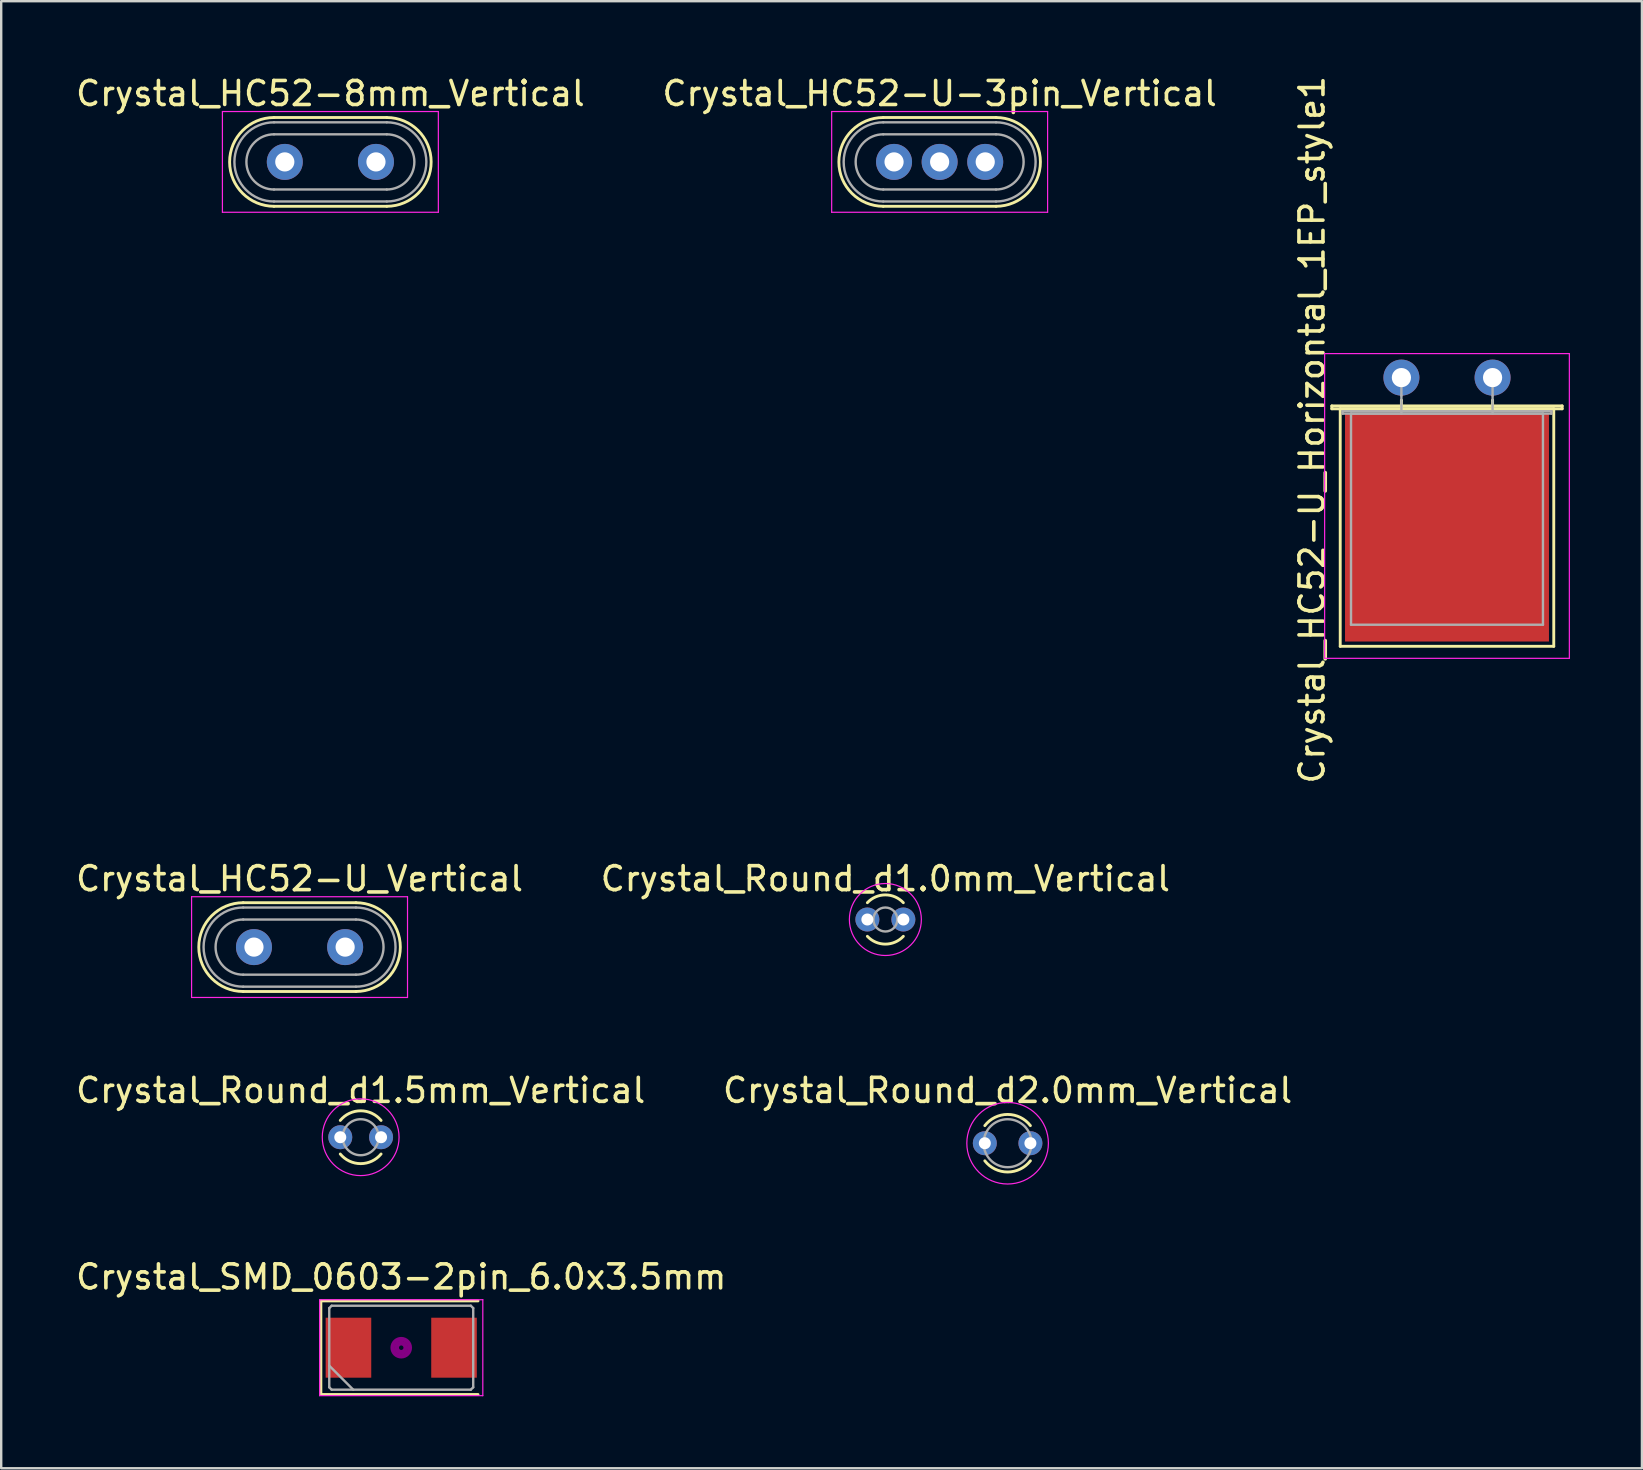
<source format=kicad_pcb>
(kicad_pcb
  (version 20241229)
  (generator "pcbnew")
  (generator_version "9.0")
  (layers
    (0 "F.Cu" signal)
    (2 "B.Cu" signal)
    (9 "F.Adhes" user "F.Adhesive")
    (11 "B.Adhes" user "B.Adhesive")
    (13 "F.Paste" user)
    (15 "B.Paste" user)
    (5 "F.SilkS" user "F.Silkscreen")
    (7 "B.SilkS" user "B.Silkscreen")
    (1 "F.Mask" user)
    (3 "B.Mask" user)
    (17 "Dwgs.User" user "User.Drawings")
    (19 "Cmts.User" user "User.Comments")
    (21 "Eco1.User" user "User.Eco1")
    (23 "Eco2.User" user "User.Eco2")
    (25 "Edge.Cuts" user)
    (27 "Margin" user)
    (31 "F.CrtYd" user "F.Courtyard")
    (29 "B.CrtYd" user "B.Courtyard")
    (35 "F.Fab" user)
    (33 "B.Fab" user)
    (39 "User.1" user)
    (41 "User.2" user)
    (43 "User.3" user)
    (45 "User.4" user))
  (footprint "Crystal_Round_d1.0mm_Vertical"
    (layer "F.Cu")
    (at 33.101 35.274)
    (property "Reference" "Crystal_Round_d1.0mm_Vertical" (at 0.75 -1.7 0) (layer "F.SilkS") (effects (font (size 1 1) (thickness 0.15))))
    (attr through_hole)
    (fp_arc (start 0 -0.7) (mid 0.749553 -1.025914) (end 1.49939 -0.700653) (stroke (width 0.12) (type solid)) (layer "F.SilkS"))
    (fp_arc (start 1.49939 0.700653) (mid 0.749553 1.025914) (end 0 0.7) (stroke (width 0.12) (type solid)) (layer "F.SilkS"))
    (fp_circle (center 0.75 0) (end 2.25 0) (stroke (width 0.05) (type solid)) (fill no) (layer "F.CrtYd"))
    (fp_circle (center 0.75 0) (end 1.25 0) (stroke (width 0.1) (type solid)) (fill no) (layer "F.Fab"))
    (pad "1" thru_hole circle (at 0 0) (size 1 1) (drill 0.5) (layers "*.Cu" "*.Mask"))
    (pad "2" thru_hole circle (at 1.5 0) (size 1 1) (drill 0.5) (layers "*.Cu" "*.Mask")))
  (footprint "Crystal_Round_d1.5mm_Vertical"
    (layer "F.Cu")
    (at 11.132 44.348)
    (property "Reference" "Crystal_Round_d1.5mm_Vertical" (at 0.85 -1.95 0) (layer "F.SilkS") (effects (font (size 1 1) (thickness 0.15))))
    (attr through_hole)
    (fp_arc (start 0 -0.7) (mid 0.850432 -1.101136) (end 1.700549 -0.699333) (stroke (width 0.12) (type solid)) (layer "F.SilkS"))
    (fp_arc (start 1.700549 0.699333) (mid 0.850432 1.101136) (end 0 0.7) (stroke (width 0.12) (type solid)) (layer "F.SilkS"))
    (fp_circle (center 0.85 0) (end 2.45 0) (stroke (width 0.05) (type solid)) (fill no) (layer "F.CrtYd"))
    (fp_circle (center 0.85 0) (end 1.6 0) (stroke (width 0.1) (type solid)) (fill no) (layer "F.Fab"))
    (pad "1" thru_hole circle (at 0 0) (size 1 1) (drill 0.5) (layers "*.Cu" "*.Mask"))
    (pad "2" thru_hole circle (at 1.7 0) (size 1 1) (drill 0.5) (layers "*.Cu" "*.Mask")))
  (footprint "Crystal_HC52-U_Vertical"
    (layer "F.Cu")
    (at 7.535 36.424)
    (property "Reference" "Crystal_HC52-U_Vertical" (at 1.9 -2.85 0) (layer "F.SilkS") (effects (font (size 1 1) (thickness 0.15))))
    (attr through_hole)
    (fp_line (start -0.45 -1.85) (end 4.25 -1.85) (stroke (width 0.12) (type solid)) (layer "F.SilkS"))
    (fp_line (start -0.45 1.85) (end 4.25 1.85) (stroke (width 0.12) (type solid)) (layer "F.SilkS"))
    (fp_arc (start -0.45 1.85) (mid -2.3 0) (end -0.45 -1.85) (stroke (width 0.12) (type solid)) (layer "F.SilkS"))
    (fp_arc (start 4.25 -1.85) (mid 6.1 0) (end 4.25 1.85) (stroke (width 0.12) (type solid)) (layer "F.SilkS"))
    (fp_line (start -2.6 -2.1) (end -2.6 2.1) (stroke (width 0.05) (type solid)) (layer "F.CrtYd"))
    (fp_line (start -2.6 2.1) (end 6.4 2.1) (stroke (width 0.05) (type solid)) (layer "F.CrtYd"))
    (fp_line (start 6.4 -2.1) (end -2.6 -2.1) (stroke (width 0.05) (type solid)) (layer "F.CrtYd"))
    (fp_line (start 6.4 2.1) (end 6.4 -2.1) (stroke (width 0.05) (type solid)) (layer "F.CrtYd"))
    (fp_line (start -0.45 -1.65) (end 4.25 -1.65) (stroke (width 0.1) (type solid)) (layer "F.Fab"))
    (fp_line (start -0.45 -1.15) (end 4.25 -1.15) (stroke (width 0.1) (type solid)) (layer "F.Fab"))
    (fp_line (start -0.45 1.15) (end 4.25 1.15) (stroke (width 0.1) (type solid)) (layer "F.Fab"))
    (fp_line (start -0.45 1.65) (end 4.25 1.65) (stroke (width 0.1) (type solid)) (layer "F.Fab"))
    (fp_arc (start -0.45 1.15) (mid -1.6 0) (end -0.45 -1.15) (stroke (width 0.1) (type solid)) (layer "F.Fab"))
    (fp_arc (start -0.45 1.65) (mid -2.1 0) (end -0.45 -1.65) (stroke (width 0.1) (type solid)) (layer "F.Fab"))
    (fp_arc (start 4.25 -1.65) (mid 5.9 0) (end 4.25 1.65) (stroke (width 0.1) (type solid)) (layer "F.Fab"))
    (fp_arc (start 4.25 -1.15) (mid 5.4 0) (end 4.25 1.15) (stroke (width 0.1) (type solid)) (layer "F.Fab"))
    (pad "1" thru_hole circle (at 0 0) (size 1.5 1.5) (drill 0.8) (layers "*.Cu" "*.Mask"))
    (pad "2" thru_hole circle (at 3.8 0) (size 1.5 1.5) (drill 0.8) (layers "*.Cu" "*.Mask")))
  (footprint "Crystal_HC52-U_Horizontal_1EP_style1"
    (layer "F.Cu")
    (at 55.359 12.688)
    (property "Reference" "Crystal_HC52-U_Horizontal_1EP_style1" (at -3.725 2.175 90) (layer "F.SilkS") (effects (font (size 1 1) (thickness 0.15))))
    (attr through_hole)
    (fp_line (start -2.9 1.18) (end 6.7 1.18) (stroke (width 0.12) (type solid)) (layer "F.SilkS"))
    (fp_line (start -2.9 1.3) (end -2.9 1.18) (stroke (width 0.12) (type solid)) (layer "F.SilkS"))
    (fp_line (start -2.55 1.3) (end -2.55 11.2) (stroke (width 0.12) (type solid)) (layer "F.SilkS"))
    (fp_line (start -2.55 11.2) (end 6.35 11.2) (stroke (width 0.12) (type solid)) (layer "F.SilkS"))
    (fp_line (start 0 0.95) (end 0 0.95) (stroke (width 0.12) (type solid)) (layer "F.SilkS"))
    (fp_line (start 0 1.3) (end 0 0.95) (stroke (width 0.12) (type solid)) (layer "F.SilkS"))
    (fp_line (start 3.8 0.95) (end 3.8 0.95) (stroke (width 0.12) (type solid)) (layer "F.SilkS"))
    (fp_line (start 3.8 1.3) (end 3.8 0.95) (stroke (width 0.12) (type solid)) (layer "F.SilkS"))
    (fp_line (start 6.35 1.3) (end -2.55 1.3) (stroke (width 0.12) (type solid)) (layer "F.SilkS"))
    (fp_line (start 6.35 11.2) (end 6.35 1.3) (stroke (width 0.12) (type solid)) (layer "F.SilkS"))
    (fp_line (start 6.7 1.18) (end 6.7 1.3) (stroke (width 0.12) (type solid)) (layer "F.SilkS"))
    (fp_line (start 6.7 1.3) (end -2.9 1.3) (stroke (width 0.12) (type solid)) (layer "F.SilkS"))
    (fp_line (start -3.2 -1) (end -3.2 11.7) (stroke (width 0.05) (type solid)) (layer "F.CrtYd"))
    (fp_line (start -3.2 11.7) (end 7 11.7) (stroke (width 0.05) (type solid)) (layer "F.CrtYd"))
    (fp_line (start 7 -1) (end -3.2 -1) (stroke (width 0.05) (type solid)) (layer "F.CrtYd"))
    (fp_line (start 7 11.7) (end 7 -1) (stroke (width 0.05) (type solid)) (layer "F.CrtYd"))
    (fp_line (start -2.45 1.4) (end 6.25 1.4) (stroke (width 0.1) (type solid)) (layer "F.Fab"))
    (fp_line (start -2.45 1.5) (end -2.45 1.4) (stroke (width 0.1) (type solid)) (layer "F.Fab"))
    (fp_line (start -2.1 1.5) (end -2.1 10.3) (stroke (width 0.1) (type solid)) (layer "F.Fab"))
    (fp_line (start -2.1 10.3) (end 5.9 10.3) (stroke (width 0.1) (type solid)) (layer "F.Fab"))
    (fp_line (start 0 0.75) (end 0 0) (stroke (width 0.1) (type solid)) (layer "F.Fab"))
    (fp_line (start 0 1.5) (end 0 0.75) (stroke (width 0.1) (type solid)) (layer "F.Fab"))
    (fp_line (start 3.8 0.75) (end 3.8 0) (stroke (width 0.1) (type solid)) (layer "F.Fab"))
    (fp_line (start 3.8 1.5) (end 3.8 0.75) (stroke (width 0.1) (type solid)) (layer "F.Fab"))
    (fp_line (start 5.9 1.5) (end -2.1 1.5) (stroke (width 0.1) (type solid)) (layer "F.Fab"))
    (fp_line (start 5.9 10.3) (end 5.9 1.5) (stroke (width 0.1) (type solid)) (layer "F.Fab"))
    (fp_line (start 6.25 1.4) (end 6.25 1.5) (stroke (width 0.1) (type solid)) (layer "F.Fab"))
    (fp_line (start 6.25 1.5) (end -2.45 1.5) (stroke (width 0.1) (type solid)) (layer "F.Fab"))
    (pad "1" thru_hole circle (at 0 0) (size 1.5 1.5) (drill 0.8) (layers "*.Cu" "*.Mask"))
    (pad "2" thru_hole circle (at 3.8 0) (size 1.5 1.5) (drill 0.8) (layers "*.Cu" "*.Mask"))
    (pad "3" smd rect (at 1.9 6.25) (size 8.5 9.5) (layers "F.Cu" "F.Mask")))
  (footprint "Crystal_HC52-U-3pin_Vertical"
    (layer "F.Cu")
    (at 34.213 3.698)
    (property "Reference" "Crystal_HC52-U-3pin_Vertical" (at 1.9 -2.85 0) (layer "F.SilkS") (effects (font (size 1 1) (thickness 0.15))))
    (attr through_hole)
    (fp_line (start -0.45 -1.85) (end 4.25 -1.85) (stroke (width 0.12) (type solid)) (layer "F.SilkS"))
    (fp_line (start -0.45 1.85) (end 4.25 1.85) (stroke (width 0.12) (type solid)) (layer "F.SilkS"))
    (fp_arc (start -0.45 1.85) (mid -2.3 0) (end -0.45 -1.85) (stroke (width 0.12) (type solid)) (layer "F.SilkS"))
    (fp_arc (start 4.25 -1.85) (mid 6.1 0) (end 4.25 1.85) (stroke (width 0.12) (type solid)) (layer "F.SilkS"))
    (fp_line (start -2.6 -2.1) (end -2.6 2.1) (stroke (width 0.05) (type solid)) (layer "F.CrtYd"))
    (fp_line (start -2.6 2.1) (end 6.4 2.1) (stroke (width 0.05) (type solid)) (layer "F.CrtYd"))
    (fp_line (start 6.4 -2.1) (end -2.6 -2.1) (stroke (width 0.05) (type solid)) (layer "F.CrtYd"))
    (fp_line (start 6.4 2.1) (end 6.4 -2.1) (stroke (width 0.05) (type solid)) (layer "F.CrtYd"))
    (fp_line (start -0.45 -1.65) (end 4.25 -1.65) (stroke (width 0.1) (type solid)) (layer "F.Fab"))
    (fp_line (start -0.45 -1.15) (end 4.25 -1.15) (stroke (width 0.1) (type solid)) (layer "F.Fab"))
    (fp_line (start -0.45 1.15) (end 4.25 1.15) (stroke (width 0.1) (type solid)) (layer "F.Fab"))
    (fp_line (start -0.45 1.65) (end 4.25 1.65) (stroke (width 0.1) (type solid)) (layer "F.Fab"))
    (fp_arc (start -0.45 1.15) (mid -1.6 0) (end -0.45 -1.15) (stroke (width 0.1) (type solid)) (layer "F.Fab"))
    (fp_arc (start -0.45 1.65) (mid -2.1 0) (end -0.45 -1.65) (stroke (width 0.1) (type solid)) (layer "F.Fab"))
    (fp_arc (start 4.25 -1.65) (mid 5.9 0) (end 4.25 1.65) (stroke (width 0.1) (type solid)) (layer "F.Fab"))
    (fp_arc (start 4.25 -1.15) (mid 5.4 0) (end 4.25 1.15) (stroke (width 0.1) (type solid)) (layer "F.Fab"))
    (pad "1" thru_hole circle (at 0 0) (size 1.5 1.5) (drill 0.8) (layers "*.Cu" "*.Mask"))
    (pad "2" thru_hole circle (at 1.9 0) (size 1.5 1.5) (drill 0.8) (layers "*.Cu" "*.Mask"))
    (pad "3" thru_hole circle (at 3.8 0) (size 1.5 1.5) (drill 0.8) (layers "*.Cu" "*.Mask")))
  (footprint "Crystal_SMD_0603-2pin_6.0x3.5mm"
    (layer "F.Cu")
    (at 13.673 53.121)
    (property "Reference" "Crystal_SMD_0603-2pin_6.0x3.5mm" (at 0 -2.95 0) (layer "F.SilkS") (effects (font (size 1 1) (thickness 0.15))))
    (attr smd)
    (fp_line (start -3.35 -1.95) (end -3.35 1.95) (stroke (width 0.12) (type solid)) (layer "F.SilkS"))
    (fp_line (start -3.35 1.95) (end 3.2 1.95) (stroke (width 0.12) (type solid)) (layer "F.SilkS"))
    (fp_line (start 3.2 -1.95) (end -3.35 -1.95) (stroke (width 0.12) (type solid)) (layer "F.SilkS"))
    (fp_circle (center 0 0) (end 0.093 0) (stroke (width 0.187) (type solid)) (fill no) (layer "F.Adhes"))
    (fp_circle (center 0 0) (end 0.213 0) (stroke (width 0.133) (type solid)) (fill no) (layer "F.Adhes"))
    (fp_circle (center 0 0) (end 0.333 0) (stroke (width 0.133) (type solid)) (fill no) (layer "F.Adhes"))
    (fp_circle (center 0 0) (end 0.4 0) (stroke (width 0.1) (type solid)) (fill no) (layer "F.Adhes"))
    (fp_line (start -3.4 -2) (end -3.4 2) (stroke (width 0.05) (type solid)) (layer "F.CrtYd"))
    (fp_line (start -3.4 2) (end 3.4 2) (stroke (width 0.05) (type solid)) (layer "F.CrtYd"))
    (fp_line (start 3.4 -2) (end -3.4 -2) (stroke (width 0.05) (type solid)) (layer "F.CrtYd"))
    (fp_line (start 3.4 2) (end 3.4 -2) (stroke (width 0.05) (type solid)) (layer "F.CrtYd"))
    (fp_line (start -3 -1.65) (end -2.9 -1.75) (stroke (width 0.1) (type solid)) (layer "F.Fab"))
    (fp_line (start -3 0.75) (end -2 1.75) (stroke (width 0.1) (type solid)) (layer "F.Fab"))
    (fp_line (start -3 1.65) (end -3 -1.65) (stroke (width 0.1) (type solid)) (layer "F.Fab"))
    (fp_line (start -2.9 -1.75) (end 2.9 -1.75) (stroke (width 0.1) (type solid)) (layer "F.Fab"))
    (fp_line (start -2.9 1.75) (end -3 1.65) (stroke (width 0.1) (type solid)) (layer "F.Fab"))
    (fp_line (start 2.9 -1.75) (end 3 -1.65) (stroke (width 0.1) (type solid)) (layer "F.Fab"))
    (fp_line (start 2.9 1.75) (end -2.9 1.75) (stroke (width 0.1) (type solid)) (layer "F.Fab"))
    (fp_line (start 3 -1.65) (end 3 1.65) (stroke (width 0.1) (type solid)) (layer "F.Fab"))
    (fp_line (start 3 1.65) (end 2.9 1.75) (stroke (width 0.1) (type solid)) (layer "F.Fab"))
    (pad "1" smd rect (at -2.2 0) (size 1.9 2.5) (layers "F.Cu" "F.Mask"))
    (pad "2" smd rect (at 2.2 0) (size 1.9 2.5) (layers "F.Cu" "F.Mask")))
  (footprint "Crystal_HC52-8mm_Vertical"
    (layer "F.Cu")
    (at 8.82 3.698)
    (property "Reference" "Crystal_HC52-8mm_Vertical" (at 1.9 -2.85 0) (layer "F.SilkS") (effects (font (size 1 1) (thickness 0.15))))
    (attr through_hole)
    (fp_line (start -0.45 -1.85) (end 4.25 -1.85) (stroke (width 0.12) (type solid)) (layer "F.SilkS"))
    (fp_line (start -0.45 1.85) (end 4.25 1.85) (stroke (width 0.12) (type solid)) (layer "F.SilkS"))
    (fp_arc (start -0.45 1.85) (mid -2.3 0) (end -0.45 -1.85) (stroke (width 0.12) (type solid)) (layer "F.SilkS"))
    (fp_arc (start 4.25 -1.85) (mid 6.1 0) (end 4.25 1.85) (stroke (width 0.12) (type solid)) (layer "F.SilkS"))
    (fp_line (start -2.6 -2.1) (end -2.6 2.1) (stroke (width 0.05) (type solid)) (layer "F.CrtYd"))
    (fp_line (start -2.6 2.1) (end 6.4 2.1) (stroke (width 0.05) (type solid)) (layer "F.CrtYd"))
    (fp_line (start 6.4 -2.1) (end -2.6 -2.1) (stroke (width 0.05) (type solid)) (layer "F.CrtYd"))
    (fp_line (start 6.4 2.1) (end 6.4 -2.1) (stroke (width 0.05) (type solid)) (layer "F.CrtYd"))
    (fp_line (start -0.45 -1.65) (end 4.25 -1.65) (stroke (width 0.1) (type solid)) (layer "F.Fab"))
    (fp_line (start -0.45 -1.15) (end 4.25 -1.15) (stroke (width 0.1) (type solid)) (layer "F.Fab"))
    (fp_line (start -0.45 1.15) (end 4.25 1.15) (stroke (width 0.1) (type solid)) (layer "F.Fab"))
    (fp_line (start -0.45 1.65) (end 4.25 1.65) (stroke (width 0.1) (type solid)) (layer "F.Fab"))
    (fp_arc (start -0.45 1.15) (mid -1.6 0) (end -0.45 -1.15) (stroke (width 0.1) (type solid)) (layer "F.Fab"))
    (fp_arc (start -0.45 1.65) (mid -2.1 0) (end -0.45 -1.65) (stroke (width 0.1) (type solid)) (layer "F.Fab"))
    (fp_arc (start 4.25 -1.65) (mid 5.9 0) (end 4.25 1.65) (stroke (width 0.1) (type solid)) (layer "F.Fab"))
    (fp_arc (start 4.25 -1.15) (mid 5.4 0) (end 4.25 1.15) (stroke (width 0.1) (type solid)) (layer "F.Fab"))
    (pad "1" thru_hole circle (at 0 0) (size 1.5 1.5) (drill 0.8) (layers "*.Cu" "*.Mask"))
    (pad "2" thru_hole circle (at 3.8 0) (size 1.5 1.5) (drill 0.8) (layers "*.Cu" "*.Mask")))
  (footprint "Crystal_Round_d2.0mm_Vertical"
    (layer "F.Cu")
    (at 37.996 44.598)
    (property "Reference" "Crystal_Round_d2.0mm_Vertical" (at 0.95 -2.2 0) (layer "F.SilkS") (effects (font (size 1 1) (thickness 0.15))))
    (attr through_hole)
    (fp_arc (start 0 -0.733144) (mid 0.950178 -1.2) (end 1.900217 -0.732863) (stroke (width 0.12) (type solid)) (layer "F.SilkS"))
    (fp_arc (start 1.900217 0.732863) (mid 0.950178 1.2) (end 0 0.733144) (stroke (width 0.12) (type solid)) (layer "F.SilkS"))
    (fp_circle (center 0.95 0) (end 2.65 0) (stroke (width 0.05) (type solid)) (fill no) (layer "F.CrtYd"))
    (fp_circle (center 0.95 0) (end 1.95 0) (stroke (width 0.1) (type solid)) (fill no) (layer "F.Fab"))
    (pad "1" thru_hole circle (at 0 0) (size 1 1) (drill 0.5) (layers "*.Cu" "*.Mask"))
    (pad "2" thru_hole circle (at 1.9 0) (size 1 1) (drill 0.5) (layers "*.Cu" "*.Mask")))
  (gr_rect
    (start -3 -3)
    (end 65.384 58.146)
    (stroke (width 0.1) (type default))
    (fill no)
    (layer "Edge.Cuts")))
</source>
